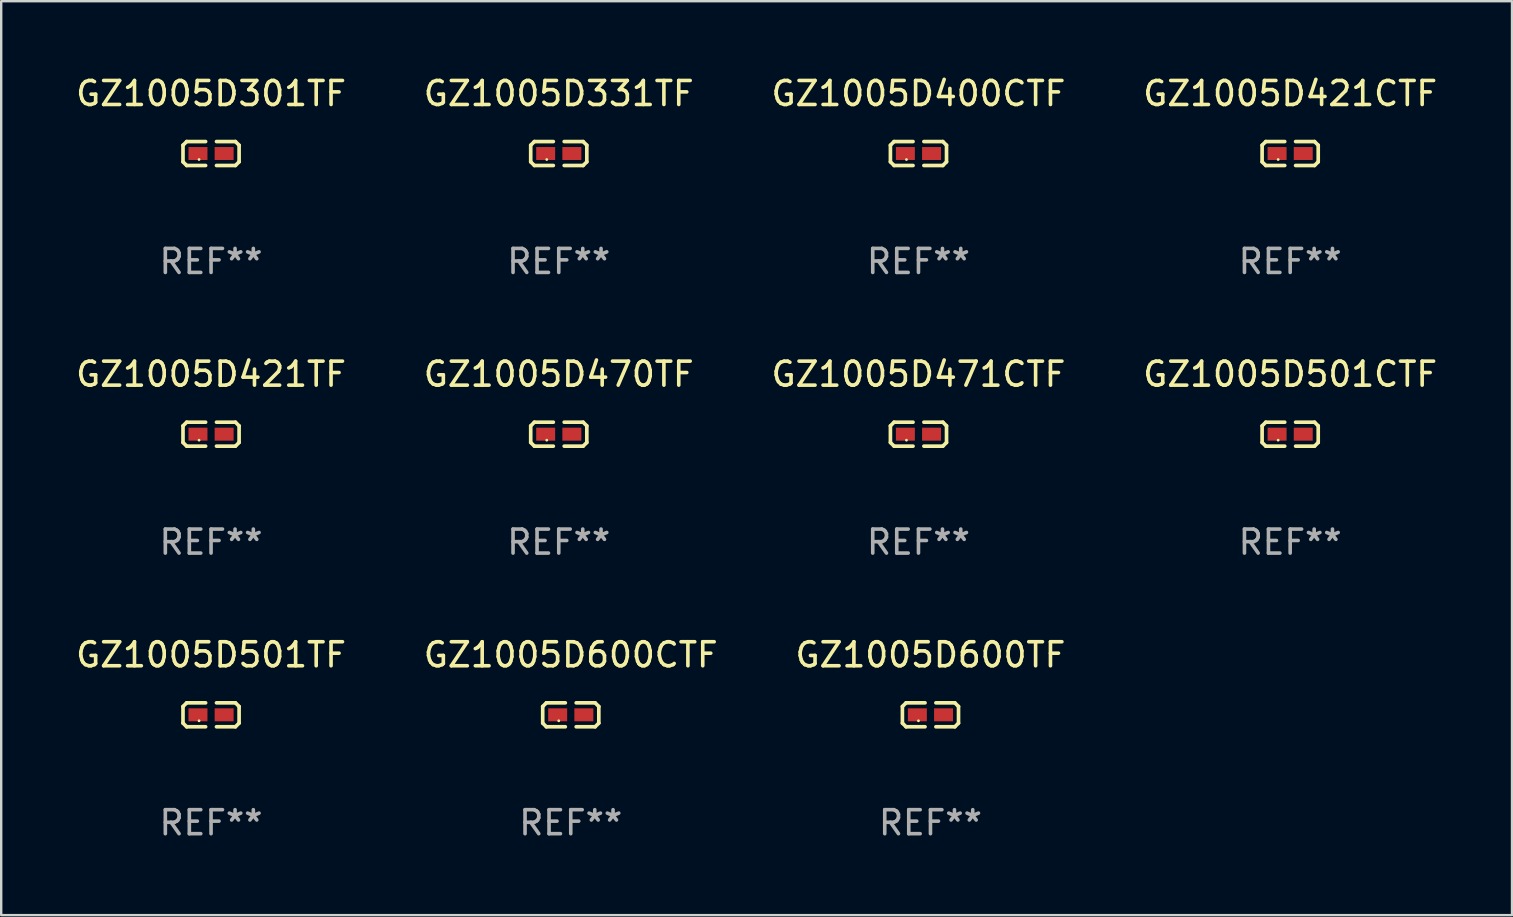
<source format=kicad_pcb>
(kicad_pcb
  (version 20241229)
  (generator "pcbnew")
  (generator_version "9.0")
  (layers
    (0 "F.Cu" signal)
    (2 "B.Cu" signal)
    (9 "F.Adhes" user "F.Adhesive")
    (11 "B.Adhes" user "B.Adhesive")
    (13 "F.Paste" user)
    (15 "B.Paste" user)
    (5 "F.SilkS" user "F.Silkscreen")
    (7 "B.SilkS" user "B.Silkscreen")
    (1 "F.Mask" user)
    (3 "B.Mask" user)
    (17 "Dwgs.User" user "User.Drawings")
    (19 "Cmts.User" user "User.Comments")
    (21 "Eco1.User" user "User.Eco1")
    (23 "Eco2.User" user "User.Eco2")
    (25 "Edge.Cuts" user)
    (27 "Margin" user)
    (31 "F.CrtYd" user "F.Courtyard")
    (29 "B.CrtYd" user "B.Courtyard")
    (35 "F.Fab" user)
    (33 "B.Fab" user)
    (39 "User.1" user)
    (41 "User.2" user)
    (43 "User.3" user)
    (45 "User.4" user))
  (footprint "GZ1005D600TF"
    (layer "F.Cu")
    (at 35.72 26.734)
    (property "Reference" "GZ1005D600TF" (at 0 -2.499 0) (layer "F.SilkS") (effects (font (size 1 1) (thickness 0.15))))
    (attr through_hole)
    (fp_line (start -1.169 -0.346) (end -1.016 -0.499) (stroke (width 0.152) (type solid)) (layer "F.SilkS"))
    (fp_line (start -1.169 0.346) (end -1.169 -0.346) (stroke (width 0.152) (type solid)) (layer "F.SilkS"))
    (fp_line (start -1.016 -0.499) (end -0.226 -0.499) (stroke (width 0.152) (type solid)) (layer "F.SilkS"))
    (fp_line (start -1.016 0.499) (end -1.169 0.346) (stroke (width 0.152) (type solid)) (layer "F.SilkS"))
    (fp_line (start -0.226 0.499) (end -1.016 0.499) (stroke (width 0.152) (type solid)) (layer "F.SilkS"))
    (fp_line (start 0.226 0.499) (end 1.016 0.499) (stroke (width 0.152) (type solid)) (layer "F.SilkS"))
    (fp_line (start 1.016 -0.499) (end 0.226 -0.499) (stroke (width 0.152) (type solid)) (layer "F.SilkS"))
    (fp_line (start 1.016 0.499) (end 1.169 0.346) (stroke (width 0.152) (type solid)) (layer "F.SilkS"))
    (fp_line (start 1.169 -0.346) (end 1.016 -0.499) (stroke (width 0.152) (type solid)) (layer "F.SilkS"))
    (fp_line (start 1.169 0.346) (end 1.169 -0.346) (stroke (width 0.152) (type solid)) (layer "F.SilkS"))
    (fp_circle (center -0.5 0.25) (end -0.47 0.25) (stroke (width 0.06) (type solid)) (fill no) (layer "F.SilkS"))
    (fp_text user "REF**" (at 0 4.499 0) (layer "F.Fab") (effects (font (size 1 1) (thickness 0.15))))
    (pad "1" smd rect (at -0.545 0) (size 0.79 0.54) (layers "F.Cu" "F.Mask" "F.Paste"))
    (pad "2" smd rect (at 0.545 0) (size 0.79 0.54) (layers "F.Cu" "F.Mask" "F.Paste")))
  (footprint "GZ1005D400CTF"
    (layer "F.Cu")
    (at 35.22 3.347)
    (property "Reference" "GZ1005D400CTF" (at 0 -2.499 0) (layer "F.SilkS") (effects (font (size 1 1) (thickness 0.15))))
    (attr through_hole)
    (fp_line (start -1.169 -0.346) (end -1.016 -0.499) (stroke (width 0.152) (type solid)) (layer "F.SilkS"))
    (fp_line (start -1.169 0.346) (end -1.169 -0.346) (stroke (width 0.152) (type solid)) (layer "F.SilkS"))
    (fp_line (start -1.016 -0.499) (end -0.226 -0.499) (stroke (width 0.152) (type solid)) (layer "F.SilkS"))
    (fp_line (start -1.016 0.499) (end -1.169 0.346) (stroke (width 0.152) (type solid)) (layer "F.SilkS"))
    (fp_line (start -0.226 0.499) (end -1.016 0.499) (stroke (width 0.152) (type solid)) (layer "F.SilkS"))
    (fp_line (start 0.226 0.499) (end 1.016 0.499) (stroke (width 0.152) (type solid)) (layer "F.SilkS"))
    (fp_line (start 1.016 -0.499) (end 0.226 -0.499) (stroke (width 0.152) (type solid)) (layer "F.SilkS"))
    (fp_line (start 1.016 0.499) (end 1.169 0.346) (stroke (width 0.152) (type solid)) (layer "F.SilkS"))
    (fp_line (start 1.169 -0.346) (end 1.016 -0.499) (stroke (width 0.152) (type solid)) (layer "F.SilkS"))
    (fp_line (start 1.169 0.346) (end 1.169 -0.346) (stroke (width 0.152) (type solid)) (layer "F.SilkS"))
    (fp_circle (center -0.5 0.25) (end -0.47 0.25) (stroke (width 0.06) (type solid)) (fill no) (layer "F.SilkS"))
    (fp_text user "REF**" (at 0 4.499 0) (layer "F.Fab") (effects (font (size 1 1) (thickness 0.15))))
    (pad "1" smd rect (at -0.545 0) (size 0.79 0.54) (layers "F.Cu" "F.Mask" "F.Paste"))
    (pad "2" smd rect (at 0.545 0) (size 0.79 0.54) (layers "F.Cu" "F.Mask" "F.Paste")))
  (footprint "GZ1005D331TF"
    (layer "F.Cu")
    (at 20.232 3.347)
    (property "Reference" "GZ1005D331TF" (at 0 -2.499 0) (layer "F.SilkS") (effects (font (size 1 1) (thickness 0.15))))
    (attr through_hole)
    (fp_line (start -1.169 -0.346) (end -1.016 -0.499) (stroke (width 0.152) (type solid)) (layer "F.SilkS"))
    (fp_line (start -1.169 0.346) (end -1.169 -0.346) (stroke (width 0.152) (type solid)) (layer "F.SilkS"))
    (fp_line (start -1.016 -0.499) (end -0.226 -0.499) (stroke (width 0.152) (type solid)) (layer "F.SilkS"))
    (fp_line (start -1.016 0.499) (end -1.169 0.346) (stroke (width 0.152) (type solid)) (layer "F.SilkS"))
    (fp_line (start -0.226 0.499) (end -1.016 0.499) (stroke (width 0.152) (type solid)) (layer "F.SilkS"))
    (fp_line (start 0.226 0.499) (end 1.016 0.499) (stroke (width 0.152) (type solid)) (layer "F.SilkS"))
    (fp_line (start 1.016 -0.499) (end 0.226 -0.499) (stroke (width 0.152) (type solid)) (layer "F.SilkS"))
    (fp_line (start 1.016 0.499) (end 1.169 0.346) (stroke (width 0.152) (type solid)) (layer "F.SilkS"))
    (fp_line (start 1.169 -0.346) (end 1.016 -0.499) (stroke (width 0.152) (type solid)) (layer "F.SilkS"))
    (fp_line (start 1.169 0.346) (end 1.169 -0.346) (stroke (width 0.152) (type solid)) (layer "F.SilkS"))
    (fp_circle (center -0.5 0.25) (end -0.47 0.25) (stroke (width 0.06) (type solid)) (fill no) (layer "F.SilkS"))
    (fp_text user "REF**" (at 0 4.499 0) (layer "F.Fab") (effects (font (size 1 1) (thickness 0.15))))
    (pad "1" smd rect (at -0.545 0) (size 0.79 0.54) (layers "F.Cu" "F.Mask" "F.Paste"))
    (pad "2" smd rect (at 0.545 0) (size 0.79 0.54) (layers "F.Cu" "F.Mask" "F.Paste")))
  (footprint "GZ1005D421CTF"
    (layer "F.Cu")
    (at 50.708 3.347)
    (property "Reference" "GZ1005D421CTF" (at 0 -2.499 0) (layer "F.SilkS") (effects (font (size 1 1) (thickness 0.15))))
    (attr through_hole)
    (fp_line (start -1.169 -0.346) (end -1.016 -0.499) (stroke (width 0.152) (type solid)) (layer "F.SilkS"))
    (fp_line (start -1.169 0.346) (end -1.169 -0.346) (stroke (width 0.152) (type solid)) (layer "F.SilkS"))
    (fp_line (start -1.016 -0.499) (end -0.226 -0.499) (stroke (width 0.152) (type solid)) (layer "F.SilkS"))
    (fp_line (start -1.016 0.499) (end -1.169 0.346) (stroke (width 0.152) (type solid)) (layer "F.SilkS"))
    (fp_line (start -0.226 0.499) (end -1.016 0.499) (stroke (width 0.152) (type solid)) (layer "F.SilkS"))
    (fp_line (start 0.226 0.499) (end 1.016 0.499) (stroke (width 0.152) (type solid)) (layer "F.SilkS"))
    (fp_line (start 1.016 -0.499) (end 0.226 -0.499) (stroke (width 0.152) (type solid)) (layer "F.SilkS"))
    (fp_line (start 1.016 0.499) (end 1.169 0.346) (stroke (width 0.152) (type solid)) (layer "F.SilkS"))
    (fp_line (start 1.169 -0.346) (end 1.016 -0.499) (stroke (width 0.152) (type solid)) (layer "F.SilkS"))
    (fp_line (start 1.169 0.346) (end 1.169 -0.346) (stroke (width 0.152) (type solid)) (layer "F.SilkS"))
    (fp_circle (center -0.5 0.25) (end -0.47 0.25) (stroke (width 0.06) (type solid)) (fill no) (layer "F.SilkS"))
    (fp_text user "REF**" (at 0 4.499 0) (layer "F.Fab") (effects (font (size 1 1) (thickness 0.15))))
    (pad "1" smd rect (at -0.545 0) (size 0.79 0.54) (layers "F.Cu" "F.Mask" "F.Paste"))
    (pad "2" smd rect (at 0.545 0) (size 0.79 0.54) (layers "F.Cu" "F.Mask" "F.Paste")))
  (footprint "GZ1005D471CTF"
    (layer "F.Cu")
    (at 35.22 15.041)
    (property "Reference" "GZ1005D471CTF" (at 0 -2.499 0) (layer "F.SilkS") (effects (font (size 1 1) (thickness 0.15))))
    (attr through_hole)
    (fp_line (start -1.169 -0.346) (end -1.016 -0.499) (stroke (width 0.152) (type solid)) (layer "F.SilkS"))
    (fp_line (start -1.169 0.346) (end -1.169 -0.346) (stroke (width 0.152) (type solid)) (layer "F.SilkS"))
    (fp_line (start -1.016 -0.499) (end -0.226 -0.499) (stroke (width 0.152) (type solid)) (layer "F.SilkS"))
    (fp_line (start -1.016 0.499) (end -1.169 0.346) (stroke (width 0.152) (type solid)) (layer "F.SilkS"))
    (fp_line (start -0.226 0.499) (end -1.016 0.499) (stroke (width 0.152) (type solid)) (layer "F.SilkS"))
    (fp_line (start 0.226 0.499) (end 1.016 0.499) (stroke (width 0.152) (type solid)) (layer "F.SilkS"))
    (fp_line (start 1.016 -0.499) (end 0.226 -0.499) (stroke (width 0.152) (type solid)) (layer "F.SilkS"))
    (fp_line (start 1.016 0.499) (end 1.169 0.346) (stroke (width 0.152) (type solid)) (layer "F.SilkS"))
    (fp_line (start 1.169 -0.346) (end 1.016 -0.499) (stroke (width 0.152) (type solid)) (layer "F.SilkS"))
    (fp_line (start 1.169 0.346) (end 1.169 -0.346) (stroke (width 0.152) (type solid)) (layer "F.SilkS"))
    (fp_circle (center -0.5 0.25) (end -0.47 0.25) (stroke (width 0.06) (type solid)) (fill no) (layer "F.SilkS"))
    (fp_text user "REF**" (at 0 4.499 0) (layer "F.Fab") (effects (font (size 1 1) (thickness 0.15))))
    (pad "1" smd rect (at -0.545 0) (size 0.79 0.54) (layers "F.Cu" "F.Mask" "F.Paste"))
    (pad "2" smd rect (at 0.545 0) (size 0.79 0.54) (layers "F.Cu" "F.Mask" "F.Paste")))
  (footprint "GZ1005D421TF"
    (layer "F.Cu")
    (at 5.744 15.041)
    (property "Reference" "GZ1005D421TF" (at 0 -2.499 0) (layer "F.SilkS") (effects (font (size 1 1) (thickness 0.15))))
    (attr through_hole)
    (fp_line (start -1.169 -0.346) (end -1.016 -0.499) (stroke (width 0.152) (type solid)) (layer "F.SilkS"))
    (fp_line (start -1.169 0.346) (end -1.169 -0.346) (stroke (width 0.152) (type solid)) (layer "F.SilkS"))
    (fp_line (start -1.016 -0.499) (end -0.226 -0.499) (stroke (width 0.152) (type solid)) (layer "F.SilkS"))
    (fp_line (start -1.016 0.499) (end -1.169 0.346) (stroke (width 0.152) (type solid)) (layer "F.SilkS"))
    (fp_line (start -0.226 0.499) (end -1.016 0.499) (stroke (width 0.152) (type solid)) (layer "F.SilkS"))
    (fp_line (start 0.226 0.499) (end 1.016 0.499) (stroke (width 0.152) (type solid)) (layer "F.SilkS"))
    (fp_line (start 1.016 -0.499) (end 0.226 -0.499) (stroke (width 0.152) (type solid)) (layer "F.SilkS"))
    (fp_line (start 1.016 0.499) (end 1.169 0.346) (stroke (width 0.152) (type solid)) (layer "F.SilkS"))
    (fp_line (start 1.169 -0.346) (end 1.016 -0.499) (stroke (width 0.152) (type solid)) (layer "F.SilkS"))
    (fp_line (start 1.169 0.346) (end 1.169 -0.346) (stroke (width 0.152) (type solid)) (layer "F.SilkS"))
    (fp_circle (center -0.5 0.25) (end -0.47 0.25) (stroke (width 0.06) (type solid)) (fill no) (layer "F.SilkS"))
    (fp_text user "REF**" (at 0 4.499 0) (layer "F.Fab") (effects (font (size 1 1) (thickness 0.15))))
    (pad "1" smd rect (at -0.545 0) (size 0.79 0.54) (layers "F.Cu" "F.Mask" "F.Paste"))
    (pad "2" smd rect (at 0.545 0) (size 0.79 0.54) (layers "F.Cu" "F.Mask" "F.Paste")))
  (footprint "GZ1005D501CTF"
    (layer "F.Cu")
    (at 50.708 15.041)
    (property "Reference" "GZ1005D501CTF" (at 0 -2.499 0) (layer "F.SilkS") (effects (font (size 1 1) (thickness 0.15))))
    (attr through_hole)
    (fp_line (start -1.169 -0.346) (end -1.016 -0.499) (stroke (width 0.152) (type solid)) (layer "F.SilkS"))
    (fp_line (start -1.169 0.346) (end -1.169 -0.346) (stroke (width 0.152) (type solid)) (layer "F.SilkS"))
    (fp_line (start -1.016 -0.499) (end -0.226 -0.499) (stroke (width 0.152) (type solid)) (layer "F.SilkS"))
    (fp_line (start -1.016 0.499) (end -1.169 0.346) (stroke (width 0.152) (type solid)) (layer "F.SilkS"))
    (fp_line (start -0.226 0.499) (end -1.016 0.499) (stroke (width 0.152) (type solid)) (layer "F.SilkS"))
    (fp_line (start 0.226 0.499) (end 1.016 0.499) (stroke (width 0.152) (type solid)) (layer "F.SilkS"))
    (fp_line (start 1.016 -0.499) (end 0.226 -0.499) (stroke (width 0.152) (type solid)) (layer "F.SilkS"))
    (fp_line (start 1.016 0.499) (end 1.169 0.346) (stroke (width 0.152) (type solid)) (layer "F.SilkS"))
    (fp_line (start 1.169 -0.346) (end 1.016 -0.499) (stroke (width 0.152) (type solid)) (layer "F.SilkS"))
    (fp_line (start 1.169 0.346) (end 1.169 -0.346) (stroke (width 0.152) (type solid)) (layer "F.SilkS"))
    (fp_circle (center -0.5 0.25) (end -0.47 0.25) (stroke (width 0.06) (type solid)) (fill no) (layer "F.SilkS"))
    (fp_text user "REF**" (at 0 4.499 0) (layer "F.Fab") (effects (font (size 1 1) (thickness 0.15))))
    (pad "1" smd rect (at -0.545 0) (size 0.79 0.54) (layers "F.Cu" "F.Mask" "F.Paste"))
    (pad "2" smd rect (at 0.545 0) (size 0.79 0.54) (layers "F.Cu" "F.Mask" "F.Paste")))
  (footprint "GZ1005D301TF"
    (layer "F.Cu")
    (at 5.744 3.347)
    (property "Reference" "GZ1005D301TF" (at 0 -2.499 0) (layer "F.SilkS") (effects (font (size 1 1) (thickness 0.15))))
    (attr through_hole)
    (fp_line (start -1.169 -0.346) (end -1.016 -0.499) (stroke (width 0.152) (type solid)) (layer "F.SilkS"))
    (fp_line (start -1.169 0.346) (end -1.169 -0.346) (stroke (width 0.152) (type solid)) (layer "F.SilkS"))
    (fp_line (start -1.016 -0.499) (end -0.226 -0.499) (stroke (width 0.152) (type solid)) (layer "F.SilkS"))
    (fp_line (start -1.016 0.499) (end -1.169 0.346) (stroke (width 0.152) (type solid)) (layer "F.SilkS"))
    (fp_line (start -0.226 0.499) (end -1.016 0.499) (stroke (width 0.152) (type solid)) (layer "F.SilkS"))
    (fp_line (start 0.226 0.499) (end 1.016 0.499) (stroke (width 0.152) (type solid)) (layer "F.SilkS"))
    (fp_line (start 1.016 -0.499) (end 0.226 -0.499) (stroke (width 0.152) (type solid)) (layer "F.SilkS"))
    (fp_line (start 1.016 0.499) (end 1.169 0.346) (stroke (width 0.152) (type solid)) (layer "F.SilkS"))
    (fp_line (start 1.169 -0.346) (end 1.016 -0.499) (stroke (width 0.152) (type solid)) (layer "F.SilkS"))
    (fp_line (start 1.169 0.346) (end 1.169 -0.346) (stroke (width 0.152) (type solid)) (layer "F.SilkS"))
    (fp_circle (center -0.5 0.25) (end -0.47 0.25) (stroke (width 0.06) (type solid)) (fill no) (layer "F.SilkS"))
    (fp_text user "REF**" (at 0 4.499 0) (layer "F.Fab") (effects (font (size 1 1) (thickness 0.15))))
    (pad "1" smd rect (at -0.545 0) (size 0.79 0.54) (layers "F.Cu" "F.Mask" "F.Paste"))
    (pad "2" smd rect (at 0.545 0) (size 0.79 0.54) (layers "F.Cu" "F.Mask" "F.Paste")))
  (footprint "GZ1005D470TF"
    (layer "F.Cu")
    (at 20.232 15.041)
    (property "Reference" "GZ1005D470TF" (at 0 -2.499 0) (layer "F.SilkS") (effects (font (size 1 1) (thickness 0.15))))
    (attr through_hole)
    (fp_line (start -1.169 -0.346) (end -1.016 -0.499) (stroke (width 0.152) (type solid)) (layer "F.SilkS"))
    (fp_line (start -1.169 0.346) (end -1.169 -0.346) (stroke (width 0.152) (type solid)) (layer "F.SilkS"))
    (fp_line (start -1.016 -0.499) (end -0.226 -0.499) (stroke (width 0.152) (type solid)) (layer "F.SilkS"))
    (fp_line (start -1.016 0.499) (end -1.169 0.346) (stroke (width 0.152) (type solid)) (layer "F.SilkS"))
    (fp_line (start -0.226 0.499) (end -1.016 0.499) (stroke (width 0.152) (type solid)) (layer "F.SilkS"))
    (fp_line (start 0.226 0.499) (end 1.016 0.499) (stroke (width 0.152) (type solid)) (layer "F.SilkS"))
    (fp_line (start 1.016 -0.499) (end 0.226 -0.499) (stroke (width 0.152) (type solid)) (layer "F.SilkS"))
    (fp_line (start 1.016 0.499) (end 1.169 0.346) (stroke (width 0.152) (type solid)) (layer "F.SilkS"))
    (fp_line (start 1.169 -0.346) (end 1.016 -0.499) (stroke (width 0.152) (type solid)) (layer "F.SilkS"))
    (fp_line (start 1.169 0.346) (end 1.169 -0.346) (stroke (width 0.152) (type solid)) (layer "F.SilkS"))
    (fp_circle (center -0.5 0.25) (end -0.47 0.25) (stroke (width 0.06) (type solid)) (fill no) (layer "F.SilkS"))
    (fp_text user "REF**" (at 0 4.499 0) (layer "F.Fab") (effects (font (size 1 1) (thickness 0.15))))
    (pad "1" smd rect (at -0.545 0) (size 0.79 0.54) (layers "F.Cu" "F.Mask" "F.Paste"))
    (pad "2" smd rect (at 0.545 0) (size 0.79 0.54) (layers "F.Cu" "F.Mask" "F.Paste")))
  (footprint "GZ1005D600CTF"
    (layer "F.Cu")
    (at 20.732 26.734)
    (property "Reference" "GZ1005D600CTF" (at 0 -2.499 0) (layer "F.SilkS") (effects (font (size 1 1) (thickness 0.15))))
    (attr through_hole)
    (fp_line (start -1.169 -0.346) (end -1.016 -0.499) (stroke (width 0.152) (type solid)) (layer "F.SilkS"))
    (fp_line (start -1.169 0.346) (end -1.169 -0.346) (stroke (width 0.152) (type solid)) (layer "F.SilkS"))
    (fp_line (start -1.016 -0.499) (end -0.226 -0.499) (stroke (width 0.152) (type solid)) (layer "F.SilkS"))
    (fp_line (start -1.016 0.499) (end -1.169 0.346) (stroke (width 0.152) (type solid)) (layer "F.SilkS"))
    (fp_line (start -0.226 0.499) (end -1.016 0.499) (stroke (width 0.152) (type solid)) (layer "F.SilkS"))
    (fp_line (start 0.226 0.499) (end 1.016 0.499) (stroke (width 0.152) (type solid)) (layer "F.SilkS"))
    (fp_line (start 1.016 -0.499) (end 0.226 -0.499) (stroke (width 0.152) (type solid)) (layer "F.SilkS"))
    (fp_line (start 1.016 0.499) (end 1.169 0.346) (stroke (width 0.152) (type solid)) (layer "F.SilkS"))
    (fp_line (start 1.169 -0.346) (end 1.016 -0.499) (stroke (width 0.152) (type solid)) (layer "F.SilkS"))
    (fp_line (start 1.169 0.346) (end 1.169 -0.346) (stroke (width 0.152) (type solid)) (layer "F.SilkS"))
    (fp_circle (center -0.5 0.25) (end -0.47 0.25) (stroke (width 0.06) (type solid)) (fill no) (layer "F.SilkS"))
    (fp_text user "REF**" (at 0 4.499 0) (layer "F.Fab") (effects (font (size 1 1) (thickness 0.15))))
    (pad "1" smd rect (at -0.545 0) (size 0.79 0.54) (layers "F.Cu" "F.Mask" "F.Paste"))
    (pad "2" smd rect (at 0.545 0) (size 0.79 0.54) (layers "F.Cu" "F.Mask" "F.Paste")))
  (footprint "GZ1005D501TF"
    (layer "F.Cu")
    (at 5.744 26.734)
    (property "Reference" "GZ1005D501TF" (at 0 -2.499 0) (layer "F.SilkS") (effects (font (size 1 1) (thickness 0.15))))
    (attr through_hole)
    (fp_line (start -1.169 -0.346) (end -1.016 -0.499) (stroke (width 0.152) (type solid)) (layer "F.SilkS"))
    (fp_line (start -1.169 0.346) (end -1.169 -0.346) (stroke (width 0.152) (type solid)) (layer "F.SilkS"))
    (fp_line (start -1.016 -0.499) (end -0.226 -0.499) (stroke (width 0.152) (type solid)) (layer "F.SilkS"))
    (fp_line (start -1.016 0.499) (end -1.169 0.346) (stroke (width 0.152) (type solid)) (layer "F.SilkS"))
    (fp_line (start -0.226 0.499) (end -1.016 0.499) (stroke (width 0.152) (type solid)) (layer "F.SilkS"))
    (fp_line (start 0.226 0.499) (end 1.016 0.499) (stroke (width 0.152) (type solid)) (layer "F.SilkS"))
    (fp_line (start 1.016 -0.499) (end 0.226 -0.499) (stroke (width 0.152) (type solid)) (layer "F.SilkS"))
    (fp_line (start 1.016 0.499) (end 1.169 0.346) (stroke (width 0.152) (type solid)) (layer "F.SilkS"))
    (fp_line (start 1.169 -0.346) (end 1.016 -0.499) (stroke (width 0.152) (type solid)) (layer "F.SilkS"))
    (fp_line (start 1.169 0.346) (end 1.169 -0.346) (stroke (width 0.152) (type solid)) (layer "F.SilkS"))
    (fp_circle (center -0.5 0.25) (end -0.47 0.25) (stroke (width 0.06) (type solid)) (fill no) (layer "F.SilkS"))
    (fp_text user "REF**" (at 0 4.499 0) (layer "F.Fab") (effects (font (size 1 1) (thickness 0.15))))
    (pad "1" smd rect (at -0.545 0) (size 0.79 0.54) (layers "F.Cu" "F.Mask" "F.Paste"))
    (pad "2" smd rect (at 0.545 0) (size 0.79 0.54) (layers "F.Cu" "F.Mask" "F.Paste")))
  (gr_rect
    (start -3 -3)
    (end 59.952 35.081)
    (stroke (width 0.1) (type default))
    (fill no)
    (layer "Edge.Cuts")))
</source>
